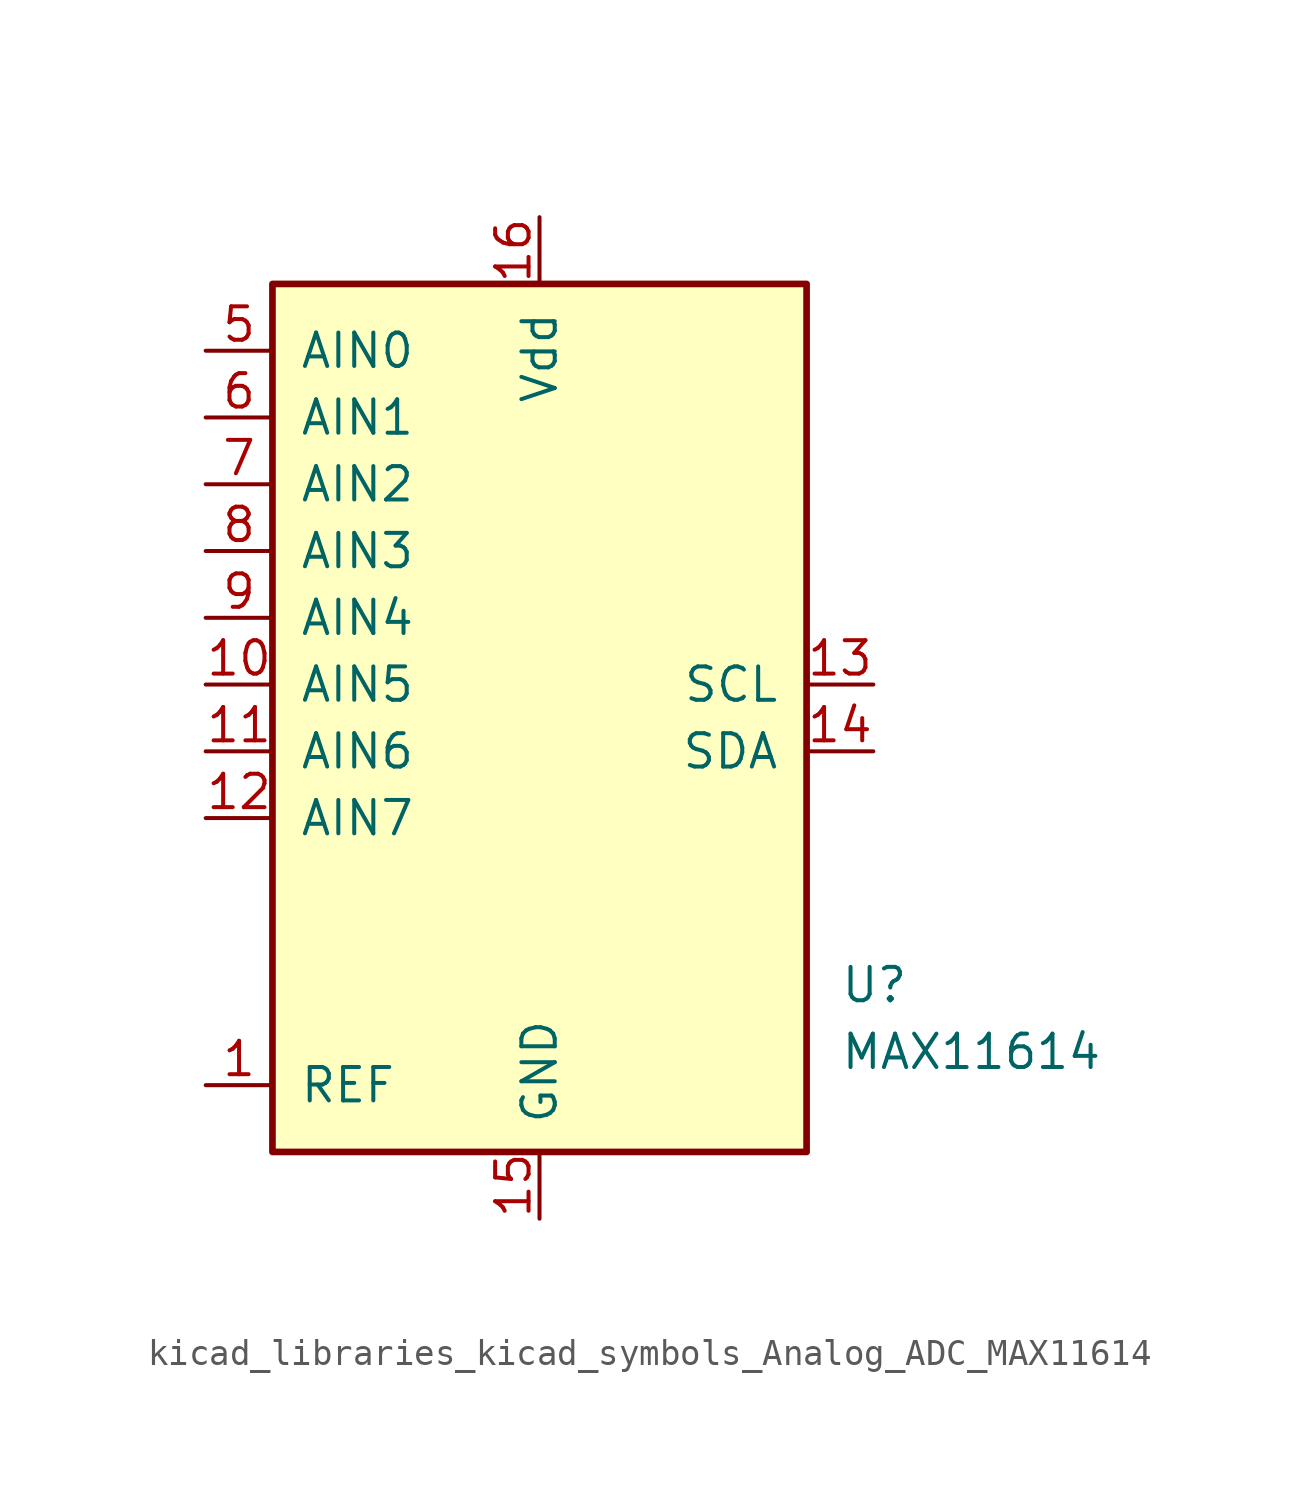
<source format=kicad_sym>
(kicad_symbol_lib
  (version 20220914)
  (generator kicad_symbol_editor)
  (symbol "kicad_libraries_kicad_symbols_Analog_ADC_MAX11614"
    (pin_names
      (offset 1.016))
    (property "Reference" "U"
      (at 11.43 -11.43 0)
      (effects (font (size 1.27 1.27)) (justify left)))
    (property "Value" "MAX11614"
      (at 11.43 -13.97 0)
      (effects (font (size 1.27 1.27)) (justify left)))
    (symbol "kicad_libraries_kicad_symbols_Analog_ADC_MAX11614_0_1"
      (rectangle (start -10.16 15.24) (end 10.16 -17.78) (stroke (width 0.254) (type default)) (fill (type background))))
    (symbol "kicad_libraries_kicad_symbols_Analog_ADC_MAX11614_1_1"
      (pin input line (at -12.7 -15.24 0) (length 2.54) (name "REF" (effects (font (size 1.27 1.27)))) (number "1" (effects (font (size 1.27 1.27)))))
      (pin input line (at -12.7 0 0) (length 2.54) (name "AIN5" (effects (font (size 1.27 1.27)))) (number "10" (effects (font (size 1.27 1.27)))))
      (pin input line (at -12.7 -2.54 0) (length 2.54) (name "AIN6" (effects (font (size 1.27 1.27)))) (number "11" (effects (font (size 1.27 1.27)))))
      (pin input line (at -12.7 -5.08 0) (length 2.54) (name "AIN7" (effects (font (size 1.27 1.27)))) (number "12" (effects (font (size 1.27 1.27)))))
      (pin input line (at 12.7 0 180) (length 2.54) (name "SCL" (effects (font (size 1.27 1.27)))) (number "13" (effects (font (size 1.27 1.27)))))
      (pin bidirectional line (at 12.7 -2.54 180) (length 2.54) (name "SDA" (effects (font (size 1.27 1.27)))) (number "14" (effects (font (size 1.27 1.27)))))
      (pin power_in line (at 0 -20.32 90) (length 2.54) (name "GND" (effects (font (size 1.27 1.27)))) (number "15" (effects (font (size 1.27 1.27)))))
      (pin power_in line (at 0 17.78 270) (length 2.54) (name "Vdd" (effects (font (size 1.27 1.27)))) (number "16" (effects (font (size 1.27 1.27)))))
      (pin no_connect line (at -10.16 -12.7 0) (length 2.54) hide (name "NC" (effects (font (size 1.27 1.27)))) (number "2" (effects (font (size 1.27 1.27)))))
      (pin no_connect line (at -10.16 -10.16 0) (length 2.54) hide (name "NC" (effects (font (size 1.27 1.27)))) (number "3" (effects (font (size 1.27 1.27)))))
      (pin no_connect line (at -10.16 -7.62 0) (length 2.54) hide (name "NC" (effects (font (size 1.27 1.27)))) (number "4" (effects (font (size 1.27 1.27)))))
      (pin input line (at -12.7 12.7 0) (length 2.54) (name "AIN0" (effects (font (size 1.27 1.27)))) (number "5" (effects (font (size 1.27 1.27)))))
      (pin input line (at -12.7 10.16 0) (length 2.54) (name "AIN1" (effects (font (size 1.27 1.27)))) (number "6" (effects (font (size 1.27 1.27)))))
      (pin input line (at -12.7 7.62 0) (length 2.54) (name "AIN2" (effects (font (size 1.27 1.27)))) (number "7" (effects (font (size 1.27 1.27)))))
      (pin input line (at -12.7 5.08 0) (length 2.54) (name "AIN3" (effects (font (size 1.27 1.27)))) (number "8" (effects (font (size 1.27 1.27)))))
      (pin input line (at -12.7 2.54 0) (length 2.54) (name "AIN4" (effects (font (size 1.27 1.27)))) (number "9" (effects (font (size 1.27 1.27))))))))
</source>
